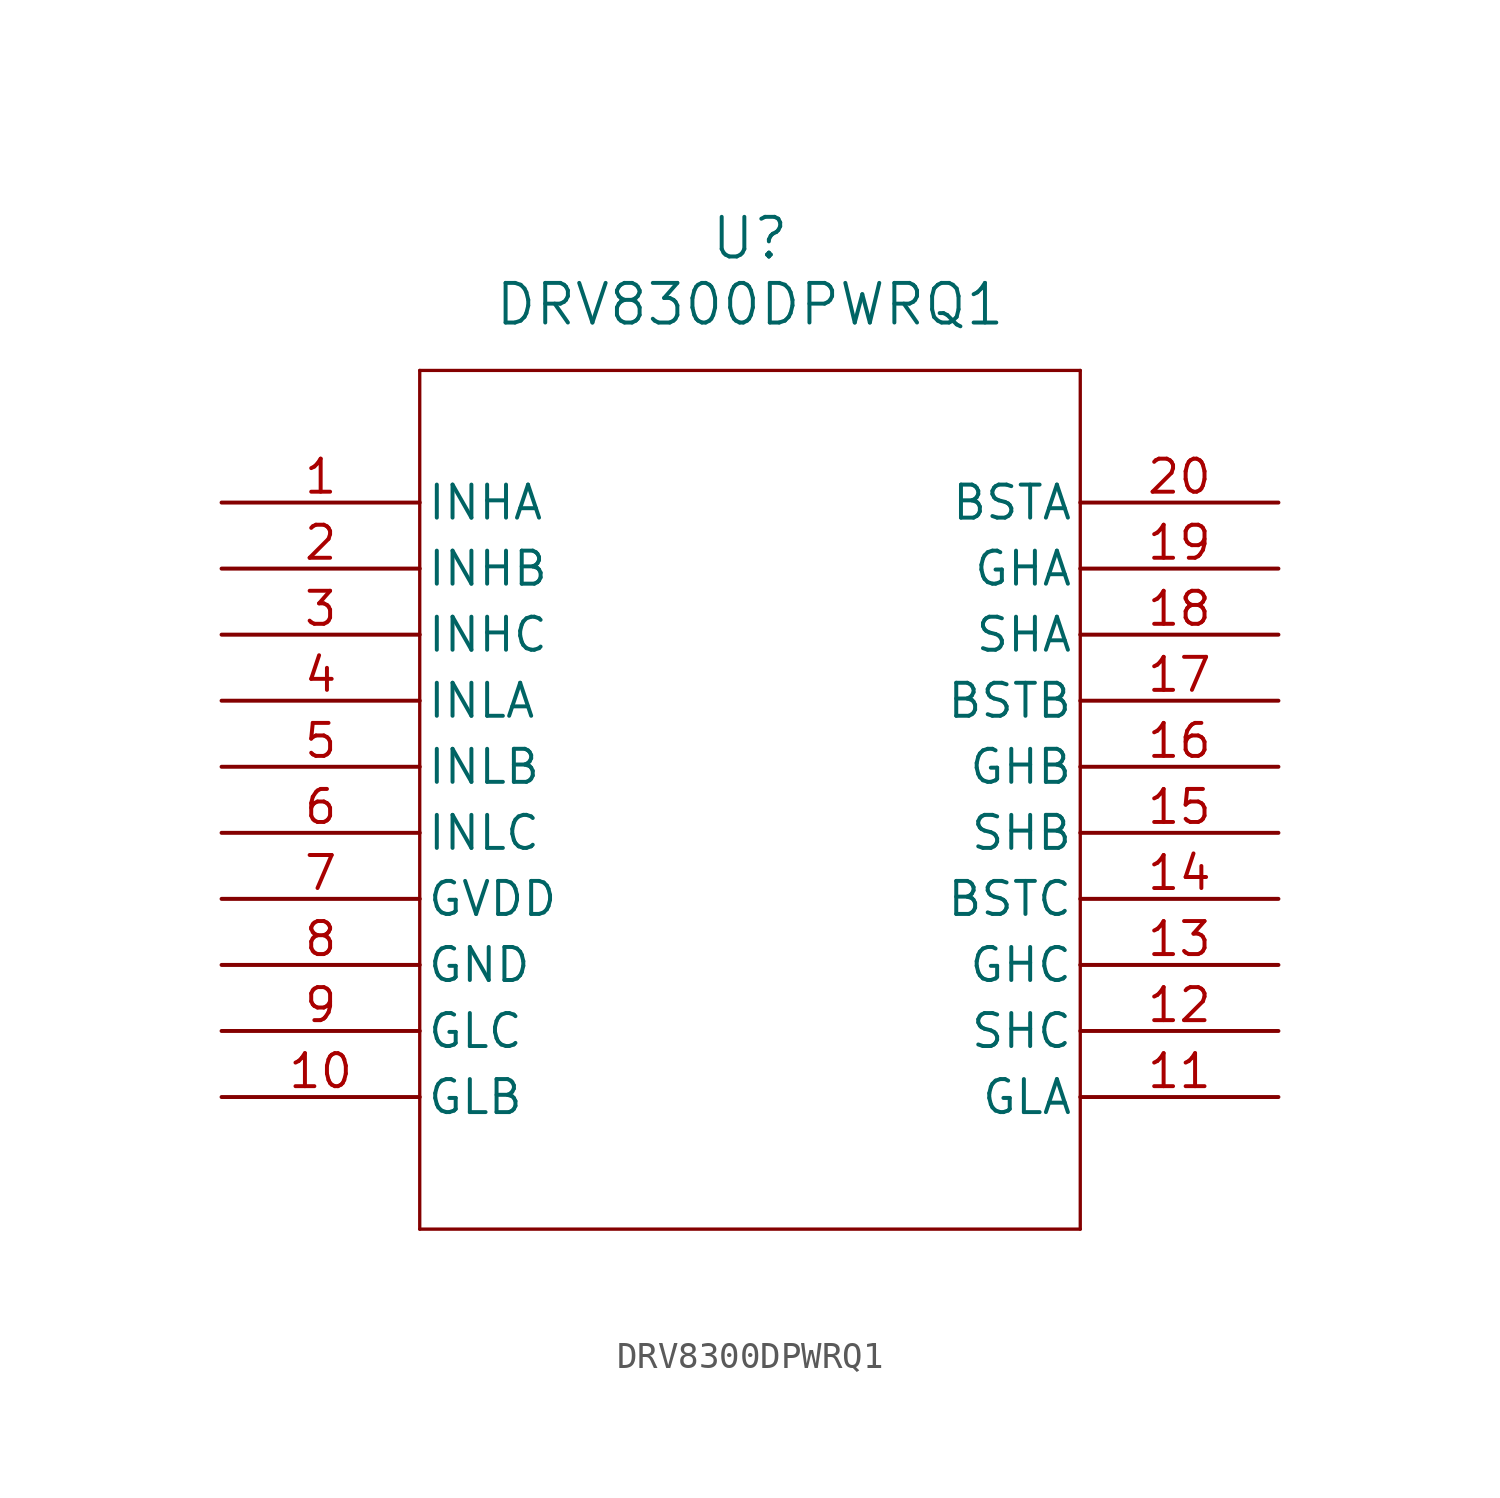
<source format=kicad_sym>
(kicad_symbol_lib
  (version 20211014)
  (generator kicad_symbol_editor)
  (symbol "DRV8300DPWRQ1"
    (pin_names
      (offset 0.254))
    (property "Reference" "U"
      (at 20.32 10.16 0)
      (effects (font (size 1.524 1.524))))
    (property "Value" "DRV8300DPWRQ1"
      (at 20.32 7.62 0)
      (effects (font (size 1.524 1.524))))
    (symbol "DRV8300DPWRQ1_0_1"
      (polyline (pts (xy 7.62 5.08) (xy 7.62 -27.94)) (stroke (width 0.127) (type default) (color 0 0 0 0)) (fill (type none)))
      (polyline (pts (xy 7.62 -27.94) (xy 33.02 -27.94)) (stroke (width 0.127) (type default) (color 0 0 0 0)) (fill (type none)))
      (polyline (pts (xy 33.02 -27.94) (xy 33.02 5.08)) (stroke (width 0.127) (type default) (color 0 0 0 0)) (fill (type none)))
      (polyline (pts (xy 33.02 5.08) (xy 7.62 5.08)) (stroke (width 0.127) (type default) (color 0 0 0 0)) (fill (type none)))
      (pin input line (at 0 0 0) (length 7.62) (name "INHA" (effects (font (size 1.27 1.27)))) (number "1" (effects (font (size 1.27 1.27)))))
      (pin input line (at 0 -2.54 0) (length 7.62) (name "INHB" (effects (font (size 1.27 1.27)))) (number "2" (effects (font (size 1.27 1.27)))))
      (pin input line (at 0 -5.08 0) (length 7.62) (name "INHC" (effects (font (size 1.27 1.27)))) (number "3" (effects (font (size 1.27 1.27)))))
      (pin input line (at 0 -7.62 0) (length 7.62) (name "INLA" (effects (font (size 1.27 1.27)))) (number "4" (effects (font (size 1.27 1.27)))))
      (pin input line (at 0 -10.16 0) (length 7.62) (name "INLB" (effects (font (size 1.27 1.27)))) (number "5" (effects (font (size 1.27 1.27)))))
      (pin input line (at 0 -12.7 0) (length 7.62) (name "INLC" (effects (font (size 1.27 1.27)))) (number "6" (effects (font (size 1.27 1.27)))))
      (pin power_in line (at 0 -15.24 0) (length 7.62) (name "GVDD" (effects (font (size 1.27 1.27)))) (number "7" (effects (font (size 1.27 1.27)))))
      (pin power_out line (at 0 -17.78 0) (length 7.62) (name "GND" (effects (font (size 1.27 1.27)))) (number "8" (effects (font (size 1.27 1.27)))))
      (pin output line (at 0 -20.32 0) (length 7.62) (name "GLC" (effects (font (size 1.27 1.27)))) (number "9" (effects (font (size 1.27 1.27)))))
      (pin output line (at 0 -22.86 0) (length 7.62) (name "GLB" (effects (font (size 1.27 1.27)))) (number "10" (effects (font (size 1.27 1.27)))))
      (pin output line (at 40.64 -22.86 180) (length 7.62) (name "GLA" (effects (font (size 1.27 1.27)))) (number "11" (effects (font (size 1.27 1.27)))))
      (pin input line (at 40.64 -20.32 180) (length 7.62) (name "SHC" (effects (font (size 1.27 1.27)))) (number "12" (effects (font (size 1.27 1.27)))))
      (pin output line (at 40.64 -17.78 180) (length 7.62) (name "GHC" (effects (font (size 1.27 1.27)))) (number "13" (effects (font (size 1.27 1.27)))))
      (pin output line (at 40.64 -15.24 180) (length 7.62) (name "BSTC" (effects (font (size 1.27 1.27)))) (number "14" (effects (font (size 1.27 1.27)))))
      (pin input line (at 40.64 -12.7 180) (length 7.62) (name "SHB" (effects (font (size 1.27 1.27)))) (number "15" (effects (font (size 1.27 1.27)))))
      (pin output line (at 40.64 -10.16 180) (length 7.62) (name "GHB" (effects (font (size 1.27 1.27)))) (number "16" (effects (font (size 1.27 1.27)))))
      (pin output line (at 40.64 -7.62 180) (length 7.62) (name "BSTB" (effects (font (size 1.27 1.27)))) (number "17" (effects (font (size 1.27 1.27)))))
      (pin input line (at 40.64 -5.08 180) (length 7.62) (name "SHA" (effects (font (size 1.27 1.27)))) (number "18" (effects (font (size 1.27 1.27)))))
      (pin output line (at 40.64 -2.54 180) (length 7.62) (name "GHA" (effects (font (size 1.27 1.27)))) (number "19" (effects (font (size 1.27 1.27)))))
      (pin output line (at 40.64 0 180) (length 7.62) (name "BSTA" (effects (font (size 1.27 1.27)))) (number "20" (effects (font (size 1.27 1.27))))))))
</source>
